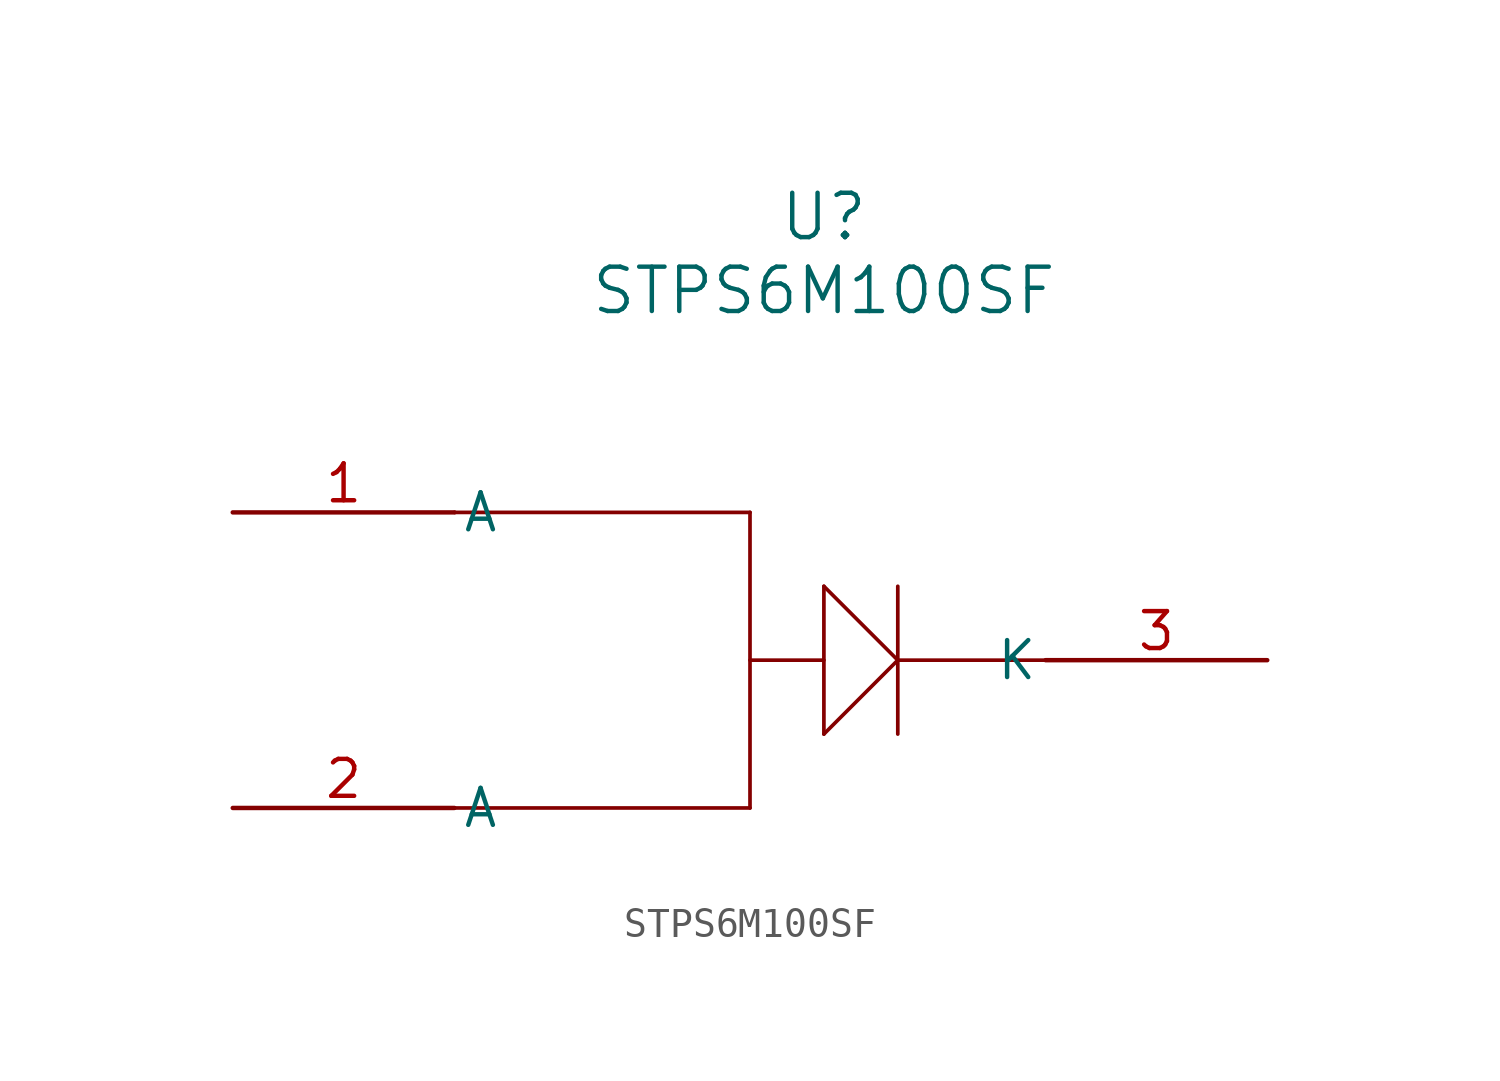
<source format=kicad_sym>
(kicad_symbol_lib
  (version 20211014)
  (generator kicad_symbol_editor)
  (symbol "STPS6M100SF"
    (pin_names
      (offset 0.254))
    (property "Reference" "U"
      (at 20.32 10.16 0)
      (effects (font (size 1.524 1.524))))
    (property "Value" "STPS6M100SF"
      (at 20.32 7.62 0)
      (effects (font (size 1.524 1.524))))
    (symbol "STPS6M100SF_0_1"
      (polyline (pts (xy 7.62 0) (xy 17.78 0)) (stroke (width 0.127) (type default) (color 0 0 0 0)) (fill (type none)))
      (polyline (pts (xy 17.78 0) (xy 17.78 -10.16)) (stroke (width 0.127) (type default) (color 0 0 0 0)) (fill (type none)))
      (polyline (pts (xy 17.78 -10.16) (xy 7.62 -10.16)) (stroke (width 0.127) (type default) (color 0 0 0 0)) (fill (type none)))
      (polyline (pts (xy 17.78 -5.08) (xy 20.32 -5.08)) (stroke (width 0.127) (type default) (color 0 0 0 0)) (fill (type none)))
      (polyline (pts (xy 20.32 -7.62) (xy 20.32 -2.54)) (stroke (width 0.127) (type default) (color 0 0 0 0)) (fill (type none)))
      (polyline (pts (xy 20.32 -2.54) (xy 22.86 -5.08)) (stroke (width 0.127) (type default) (color 0 0 0 0)) (fill (type none)))
      (polyline (pts (xy 20.32 -7.62) (xy 22.86 -5.08)) (stroke (width 0.127) (type default) (color 0 0 0 0)) (fill (type none)))
      (polyline (pts (xy 22.86 -5.08) (xy 22.86 -2.54)) (stroke (width 0.127) (type default) (color 0 0 0 0)) (fill (type none)))
      (polyline (pts (xy 22.86 -5.08) (xy 22.86 -7.62)) (stroke (width 0.127) (type default) (color 0 0 0 0)) (fill (type none)))
      (polyline (pts (xy 22.86 -5.08) (xy 27.94 -5.08)) (stroke (width 0.127) (type default) (color 0 0 0 0)) (fill (type none)))
      (pin unspecified line (at 0 0 0) (length 7.62) (name "A" (effects (font (size 1.27 1.27)))) (number "1" (effects (font (size 1.27 1.27)))))
      (pin unspecified line (at 0 -10.16 0) (length 7.62) (name "A" (effects (font (size 1.27 1.27)))) (number "2" (effects (font (size 1.27 1.27)))))
      (pin unspecified line (at 35.56 -5.08 180) (length 7.62) (name "K" (effects (font (size 1.27 1.27)))) (number "3" (effects (font (size 1.27 1.27))))))))
</source>
